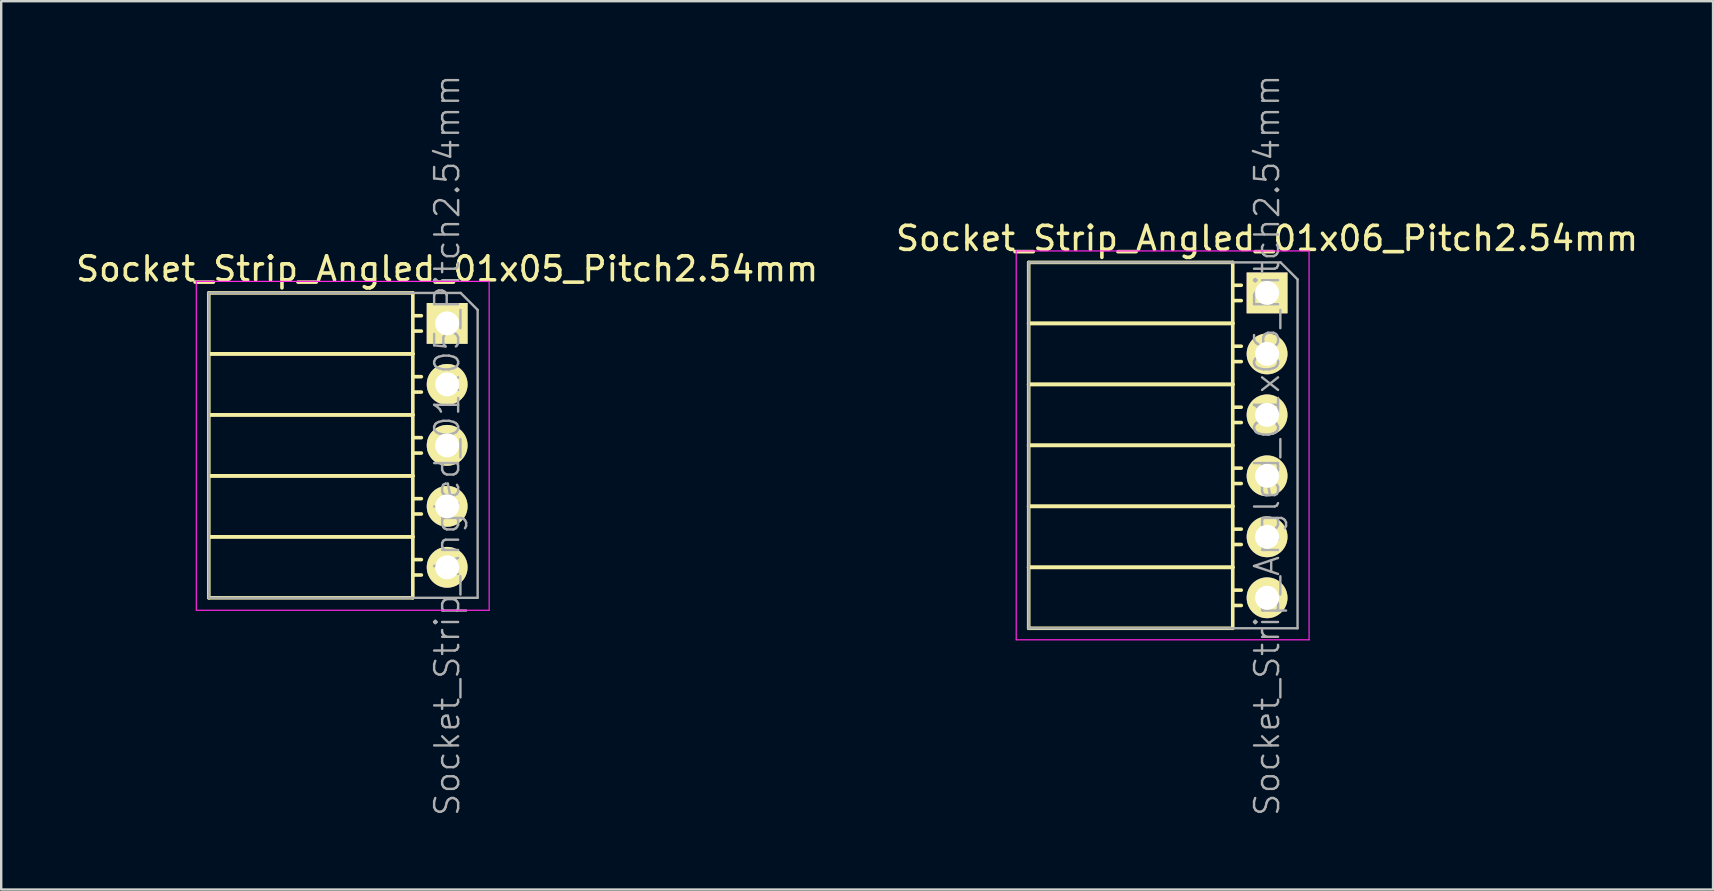
<source format=kicad_pcb>
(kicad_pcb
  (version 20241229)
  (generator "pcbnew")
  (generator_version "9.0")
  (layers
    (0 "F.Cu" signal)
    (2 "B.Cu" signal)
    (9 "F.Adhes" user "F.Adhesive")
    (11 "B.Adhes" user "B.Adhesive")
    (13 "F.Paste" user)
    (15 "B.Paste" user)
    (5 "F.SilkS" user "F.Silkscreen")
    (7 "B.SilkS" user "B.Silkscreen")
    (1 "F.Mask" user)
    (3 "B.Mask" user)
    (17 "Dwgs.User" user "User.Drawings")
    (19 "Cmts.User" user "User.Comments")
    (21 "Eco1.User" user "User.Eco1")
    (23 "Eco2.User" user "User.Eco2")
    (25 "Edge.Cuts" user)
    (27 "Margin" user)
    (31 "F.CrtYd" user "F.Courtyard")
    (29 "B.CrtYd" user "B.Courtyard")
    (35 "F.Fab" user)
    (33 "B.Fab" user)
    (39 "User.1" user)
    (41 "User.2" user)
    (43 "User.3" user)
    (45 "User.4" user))
  (footprint "Socket_Strip_Angled_01x06_Pitch2.54mm"
    (layer "F.Cu")
    (at 49.732 9.152)
    (property "Reference" "Socket_Strip_Angled_01x06_Pitch2.54mm" (at 0 -2.27 0) (layer "F.SilkS") (effects (font (size 1 1) (thickness 0.15))))
    (attr smd)
    (fp_line (start -9.93 -1.27) (end -9.93 1.27) (stroke (width 0.15) (type solid)) (layer "F.SilkS"))
    (fp_line (start -9.93 -1.27) (end -1.43 -1.27) (stroke (width 0.15) (type solid)) (layer "F.SilkS"))
    (fp_line (start -9.93 1.27) (end -9.93 3.81) (stroke (width 0.15) (type solid)) (layer "F.SilkS"))
    (fp_line (start -9.93 1.27) (end -1.43 1.27) (stroke (width 0.15) (type solid)) (layer "F.SilkS"))
    (fp_line (start -9.93 1.27) (end -1.43 1.27) (stroke (width 0.15) (type solid)) (layer "F.SilkS"))
    (fp_line (start -9.93 3.81) (end -9.93 6.35) (stroke (width 0.15) (type solid)) (layer "F.SilkS"))
    (fp_line (start -9.93 3.81) (end -1.43 3.81) (stroke (width 0.15) (type solid)) (layer "F.SilkS"))
    (fp_line (start -9.93 3.81) (end -1.43 3.81) (stroke (width 0.15) (type solid)) (layer "F.SilkS"))
    (fp_line (start -9.93 6.35) (end -9.93 8.89) (stroke (width 0.15) (type solid)) (layer "F.SilkS"))
    (fp_line (start -9.93 6.35) (end -1.43 6.35) (stroke (width 0.15) (type solid)) (layer "F.SilkS"))
    (fp_line (start -9.93 6.35) (end -1.43 6.35) (stroke (width 0.15) (type solid)) (layer "F.SilkS"))
    (fp_line (start -9.93 8.89) (end -9.93 11.43) (stroke (width 0.15) (type solid)) (layer "F.SilkS"))
    (fp_line (start -9.93 8.89) (end -1.43 8.89) (stroke (width 0.15) (type solid)) (layer "F.SilkS"))
    (fp_line (start -9.93 8.89) (end -1.43 8.89) (stroke (width 0.15) (type solid)) (layer "F.SilkS"))
    (fp_line (start -9.93 11.43) (end -9.93 13.97) (stroke (width 0.15) (type solid)) (layer "F.SilkS"))
    (fp_line (start -9.93 11.43) (end -1.43 11.43) (stroke (width 0.15) (type solid)) (layer "F.SilkS"))
    (fp_line (start -9.93 11.43) (end -1.43 11.43) (stroke (width 0.15) (type solid)) (layer "F.SilkS"))
    (fp_line (start -9.93 13.97) (end -1.43 13.97) (stroke (width 0.15) (type solid)) (layer "F.SilkS"))
    (fp_line (start -1.43 -1.27) (end -1.43 1.27) (stroke (width 0.15) (type solid)) (layer "F.SilkS"))
    (fp_line (start -1.43 -0.32) (end -1.075 -0.32) (stroke (width 0.15) (type solid)) (layer "F.SilkS"))
    (fp_line (start -1.43 0.32) (end -1.075 0.32) (stroke (width 0.15) (type solid)) (layer "F.SilkS"))
    (fp_line (start -1.43 1.27) (end -1.43 3.81) (stroke (width 0.15) (type solid)) (layer "F.SilkS"))
    (fp_line (start -1.43 2.22) (end -1.075 2.22) (stroke (width 0.15) (type solid)) (layer "F.SilkS"))
    (fp_line (start -1.43 2.86) (end -1.075 2.86) (stroke (width 0.15) (type solid)) (layer "F.SilkS"))
    (fp_line (start -1.43 3.81) (end -1.43 6.35) (stroke (width 0.15) (type solid)) (layer "F.SilkS"))
    (fp_line (start -1.43 4.76) (end -1.075 4.76) (stroke (width 0.15) (type solid)) (layer "F.SilkS"))
    (fp_line (start -1.43 5.4) (end -1.075 5.4) (stroke (width 0.15) (type solid)) (layer "F.SilkS"))
    (fp_line (start -1.43 6.35) (end -1.43 8.89) (stroke (width 0.15) (type solid)) (layer "F.SilkS"))
    (fp_line (start -1.43 7.3) (end -1.075 7.3) (stroke (width 0.15) (type solid)) (layer "F.SilkS"))
    (fp_line (start -1.43 7.94) (end -1.075 7.94) (stroke (width 0.15) (type solid)) (layer "F.SilkS"))
    (fp_line (start -1.43 8.89) (end -1.43 11.43) (stroke (width 0.15) (type solid)) (layer "F.SilkS"))
    (fp_line (start -1.43 9.84) (end -1.075 9.84) (stroke (width 0.15) (type solid)) (layer "F.SilkS"))
    (fp_line (start -1.43 10.48) (end -1.075 10.48) (stroke (width 0.15) (type solid)) (layer "F.SilkS"))
    (fp_line (start -1.43 11.43) (end -1.43 13.97) (stroke (width 0.15) (type solid)) (layer "F.SilkS"))
    (fp_line (start -1.43 12.38) (end -1.075 12.38) (stroke (width 0.15) (type solid)) (layer "F.SilkS"))
    (fp_line (start -1.43 13.02) (end -1.075 13.02) (stroke (width 0.15) (type solid)) (layer "F.SilkS"))
    (fp_line (start -10.45 -1.75) (end 1.75 -1.75) (stroke (width 0.05) (type solid)) (layer "F.CrtYd"))
    (fp_line (start -10.45 14.45) (end -10.45 -1.75) (stroke (width 0.05) (type solid)) (layer "F.CrtYd"))
    (fp_line (start -10.45 14.45) (end 1.75 14.45) (stroke (width 0.05) (type solid)) (layer "F.CrtYd"))
    (fp_line (start 1.75 14.45) (end 1.75 -1.75) (stroke (width 0.05) (type solid)) (layer "F.CrtYd"))
    (fp_line (start -9.93 -1.27) (end 0.563 -1.27) (stroke (width 0.1) (type solid)) (layer "F.Fab"))
    (fp_line (start -9.93 13.97) (end -9.93 -1.27) (stroke (width 0.1) (type solid)) (layer "F.Fab"))
    (fp_line (start -9.93 13.97) (end 1.27 13.97) (stroke (width 0.1) (type solid)) (layer "F.Fab"))
    (fp_line (start 1.27 -0.563) (end 0.563 -1.27) (stroke (width 0.1) (type solid)) (layer "F.Fab"))
    (fp_line (start 1.27 13.97) (end 1.27 -0.563) (stroke (width 0.1) (type solid)) (layer "F.Fab"))
    (fp_text user "${REFERENCE}" (at 0 6.35 90) (layer "F.Fab") (effects (font (size 1 1) (thickness 0.1))))
    (pad "1" thru_hole rect (at 0 0) (size 1.7 1.7) (drill 1) (layers "*.Cu" "*.Mask" "F.SilkS"))
    (pad "2" thru_hole oval (at 0 2.54) (size 1.7 1.7) (drill 1) (layers "*.Cu" "*.Mask" "F.SilkS"))
    (pad "3" thru_hole oval (at 0 5.08) (size 1.7 1.7) (drill 1) (layers "*.Cu" "*.Mask" "F.SilkS"))
    (pad "4" thru_hole oval (at 0 7.62) (size 1.7 1.7) (drill 1) (layers "*.Cu" "*.Mask" "F.SilkS"))
    (pad "5" thru_hole oval (at 0 10.16) (size 1.7 1.7) (drill 1) (layers "*.Cu" "*.Mask" "F.SilkS"))
    (pad "6" thru_hole oval (at 0 12.7) (size 1.7 1.7) (drill 1) (layers "*.Cu" "*.Mask" "F.SilkS")))
  (footprint "Socket_Strip_Angled_01x05_Pitch2.54mm"
    (layer "F.Cu")
    (at 15.577 10.422)
    (property "Reference" "Socket_Strip_Angled_01x05_Pitch2.54mm" (at 0 -2.27 0) (layer "F.SilkS") (effects (font (size 1 1) (thickness 0.15))))
    (attr smd)
    (fp_line (start -9.93 -1.27) (end -9.93 1.27) (stroke (width 0.15) (type solid)) (layer "F.SilkS"))
    (fp_line (start -9.93 -1.27) (end -1.43 -1.27) (stroke (width 0.15) (type solid)) (layer "F.SilkS"))
    (fp_line (start -9.93 1.27) (end -9.93 3.81) (stroke (width 0.15) (type solid)) (layer "F.SilkS"))
    (fp_line (start -9.93 1.27) (end -1.43 1.27) (stroke (width 0.15) (type solid)) (layer "F.SilkS"))
    (fp_line (start -9.93 1.27) (end -1.43 1.27) (stroke (width 0.15) (type solid)) (layer "F.SilkS"))
    (fp_line (start -9.93 3.81) (end -9.93 6.35) (stroke (width 0.15) (type solid)) (layer "F.SilkS"))
    (fp_line (start -9.93 3.81) (end -1.43 3.81) (stroke (width 0.15) (type solid)) (layer "F.SilkS"))
    (fp_line (start -9.93 3.81) (end -1.43 3.81) (stroke (width 0.15) (type solid)) (layer "F.SilkS"))
    (fp_line (start -9.93 6.35) (end -9.93 8.89) (stroke (width 0.15) (type solid)) (layer "F.SilkS"))
    (fp_line (start -9.93 6.35) (end -1.43 6.35) (stroke (width 0.15) (type solid)) (layer "F.SilkS"))
    (fp_line (start -9.93 6.35) (end -1.43 6.35) (stroke (width 0.15) (type solid)) (layer "F.SilkS"))
    (fp_line (start -9.93 8.89) (end -9.93 11.43) (stroke (width 0.15) (type solid)) (layer "F.SilkS"))
    (fp_line (start -9.93 8.89) (end -1.43 8.89) (stroke (width 0.15) (type solid)) (layer "F.SilkS"))
    (fp_line (start -9.93 8.89) (end -1.43 8.89) (stroke (width 0.15) (type solid)) (layer "F.SilkS"))
    (fp_line (start -9.93 11.43) (end -1.43 11.43) (stroke (width 0.15) (type solid)) (layer "F.SilkS"))
    (fp_line (start -1.43 -1.27) (end -1.43 1.27) (stroke (width 0.15) (type solid)) (layer "F.SilkS"))
    (fp_line (start -1.43 -0.32) (end -1.075 -0.32) (stroke (width 0.15) (type solid)) (layer "F.SilkS"))
    (fp_line (start -1.43 0.32) (end -1.075 0.32) (stroke (width 0.15) (type solid)) (layer "F.SilkS"))
    (fp_line (start -1.43 1.27) (end -1.43 3.81) (stroke (width 0.15) (type solid)) (layer "F.SilkS"))
    (fp_line (start -1.43 2.22) (end -1.075 2.22) (stroke (width 0.15) (type solid)) (layer "F.SilkS"))
    (fp_line (start -1.43 2.86) (end -1.075 2.86) (stroke (width 0.15) (type solid)) (layer "F.SilkS"))
    (fp_line (start -1.43 3.81) (end -1.43 6.35) (stroke (width 0.15) (type solid)) (layer "F.SilkS"))
    (fp_line (start -1.43 4.76) (end -1.075 4.76) (stroke (width 0.15) (type solid)) (layer "F.SilkS"))
    (fp_line (start -1.43 5.4) (end -1.075 5.4) (stroke (width 0.15) (type solid)) (layer "F.SilkS"))
    (fp_line (start -1.43 6.35) (end -1.43 8.89) (stroke (width 0.15) (type solid)) (layer "F.SilkS"))
    (fp_line (start -1.43 7.3) (end -1.075 7.3) (stroke (width 0.15) (type solid)) (layer "F.SilkS"))
    (fp_line (start -1.43 7.94) (end -1.075 7.94) (stroke (width 0.15) (type solid)) (layer "F.SilkS"))
    (fp_line (start -1.43 8.89) (end -1.43 11.43) (stroke (width 0.15) (type solid)) (layer "F.SilkS"))
    (fp_line (start -1.43 9.84) (end -1.075 9.84) (stroke (width 0.15) (type solid)) (layer "F.SilkS"))
    (fp_line (start -1.43 10.48) (end -1.075 10.48) (stroke (width 0.15) (type solid)) (layer "F.SilkS"))
    (fp_line (start -10.45 -1.75) (end 1.75 -1.75) (stroke (width 0.05) (type solid)) (layer "F.CrtYd"))
    (fp_line (start -10.45 11.95) (end -10.45 -1.75) (stroke (width 0.05) (type solid)) (layer "F.CrtYd"))
    (fp_line (start -10.45 11.95) (end 1.75 11.95) (stroke (width 0.05) (type solid)) (layer "F.CrtYd"))
    (fp_line (start 1.75 11.95) (end 1.75 -1.75) (stroke (width 0.05) (type solid)) (layer "F.CrtYd"))
    (fp_line (start -9.93 -1.27) (end 0.563 -1.27) (stroke (width 0.1) (type solid)) (layer "F.Fab"))
    (fp_line (start -9.93 11.43) (end -9.93 -1.27) (stroke (width 0.1) (type solid)) (layer "F.Fab"))
    (fp_line (start -9.93 11.43) (end 1.27 11.43) (stroke (width 0.1) (type solid)) (layer "F.Fab"))
    (fp_line (start 1.27 -0.563) (end 0.563 -1.27) (stroke (width 0.1) (type solid)) (layer "F.Fab"))
    (fp_line (start 1.27 11.43) (end 1.27 -0.563) (stroke (width 0.1) (type solid)) (layer "F.Fab"))
    (fp_text user "${REFERENCE}" (at 0 5.08 90) (layer "F.Fab") (effects (font (size 1 1) (thickness 0.1))))
    (pad "1" thru_hole rect (at 0 0) (size 1.7 1.7) (drill 1) (layers "*.Cu" "*.Mask" "F.SilkS"))
    (pad "2" thru_hole oval (at 0 2.54) (size 1.7 1.7) (drill 1) (layers "*.Cu" "*.Mask" "F.SilkS"))
    (pad "3" thru_hole oval (at 0 5.08) (size 1.7 1.7) (drill 1) (layers "*.Cu" "*.Mask" "F.SilkS"))
    (pad "4" thru_hole oval (at 0 7.62) (size 1.7 1.7) (drill 1) (layers "*.Cu" "*.Mask" "F.SilkS"))
    (pad "5" thru_hole oval (at 0 10.16) (size 1.7 1.7) (drill 1) (layers "*.Cu" "*.Mask" "F.SilkS")))
  (gr_rect
    (start -3 -3)
    (end 68.31 34.005)
    (stroke (width 0.1) (type default))
    (fill no)
    (layer "Edge.Cuts")))
</source>
